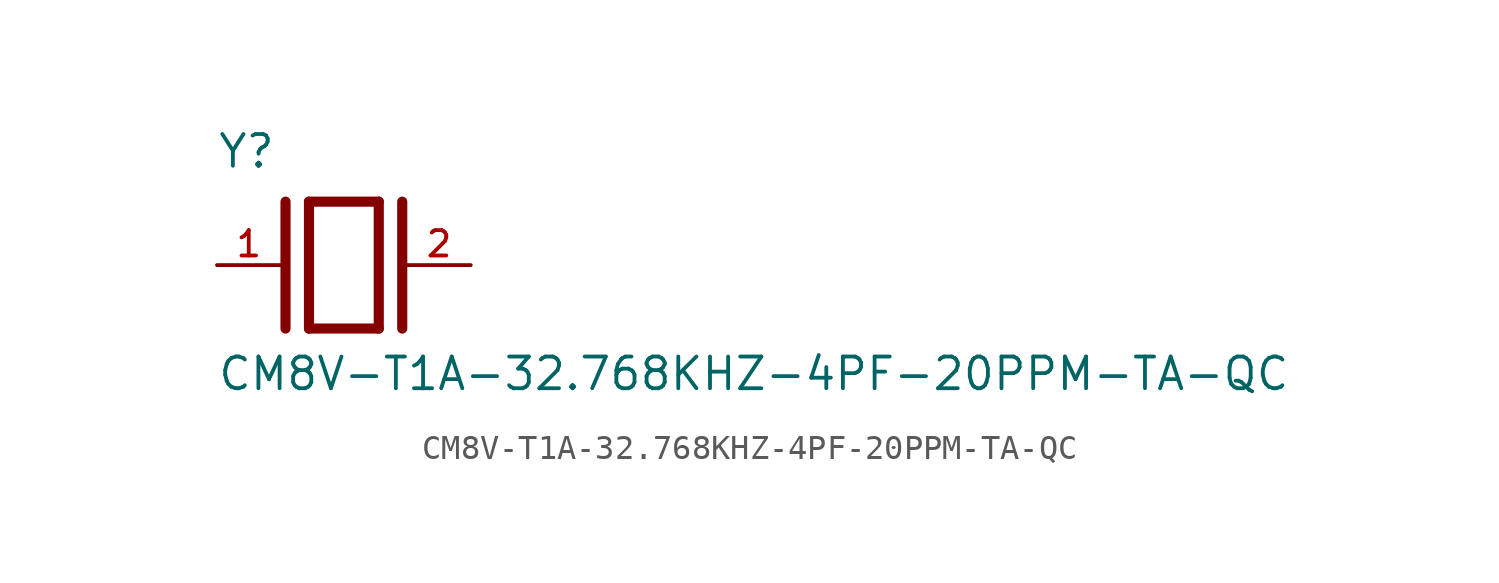
<source format=kicad_sym>
(kicad_symbol_lib
  (version 20211014)
  (generator kicad_symbol_editor)
  (symbol "CM8V-T1A-32.768KHZ-4PF-20PPM-TA-QC"
    (pin_names
      (offset 1.016))
    (property "Reference" "Y"
      (at -5.088 3.816 0)
      (effects (font (size 1.27 1.27)) (justify bottom left)))
    (property "Value" "CM8V-T1A-32.768KHZ-4PF-20PPM-TA-QC"
      (at -5.094 -5.094 0)
      (effects (font (size 1.27 1.27)) (justify bottom left)))
    (symbol "CM8V-T1A-32.768KHZ-4PF-20PPM-TA-QC_0_0"
      (polyline (pts (xy -1.397 2.54) (xy 1.397 2.54)) (stroke (width 0.406)))
      (polyline (pts (xy 1.397 2.54) (xy 1.397 -2.54)) (stroke (width 0.406)))
      (polyline (pts (xy 1.397 -2.54) (xy -1.397 -2.54)) (stroke (width 0.406)))
      (polyline (pts (xy -1.397 2.54) (xy -1.397 -2.54)) (stroke (width 0.406)))
      (polyline (pts (xy 2.337 2.54) (xy 2.337 -2.54)) (stroke (width 0.406)))
      (polyline (pts (xy -2.337 2.54) (xy -2.337 -2.54)) (stroke (width 0.406)))
      (pin passive line (at 5.08 0.0 180.0) (length 2.54) (name "~" (effects (font (size 1.016 1.016)))) (number "2" (effects (font (size 1.016 1.016)))))
      (pin passive line (at -5.08 0.0 0) (length 2.54) (name "~" (effects (font (size 1.016 1.016)))) (number "1" (effects (font (size 1.016 1.016))))))))
</source>
